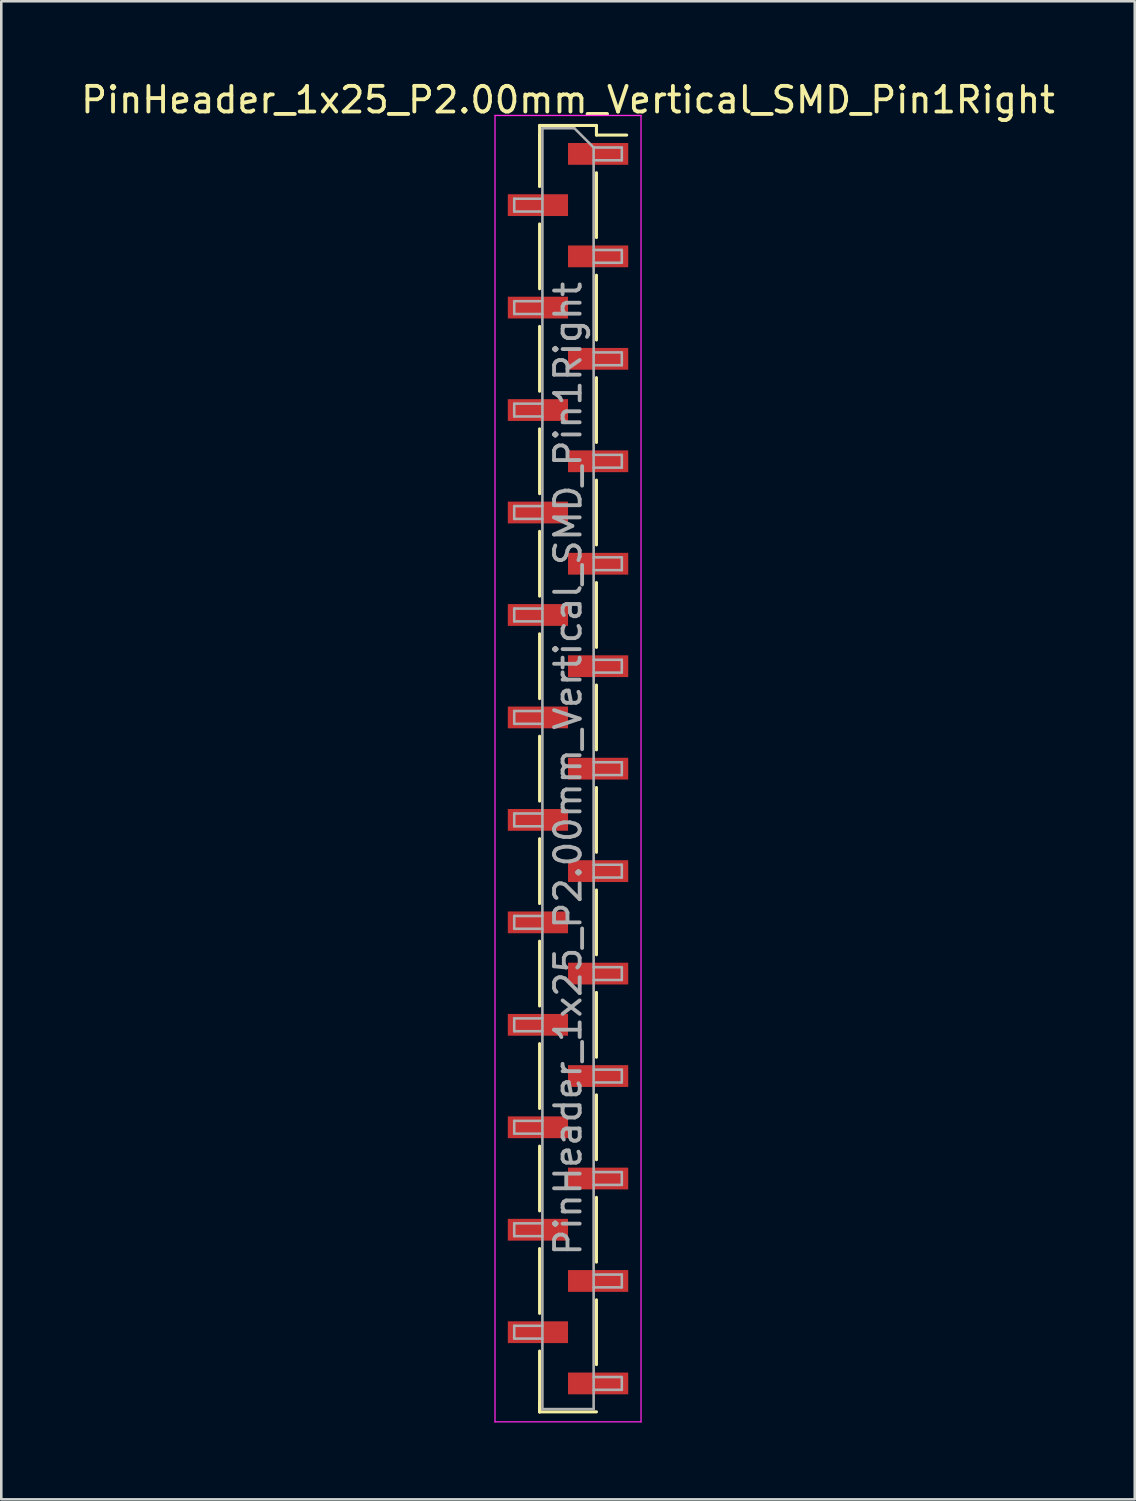
<source format=kicad_pcb>
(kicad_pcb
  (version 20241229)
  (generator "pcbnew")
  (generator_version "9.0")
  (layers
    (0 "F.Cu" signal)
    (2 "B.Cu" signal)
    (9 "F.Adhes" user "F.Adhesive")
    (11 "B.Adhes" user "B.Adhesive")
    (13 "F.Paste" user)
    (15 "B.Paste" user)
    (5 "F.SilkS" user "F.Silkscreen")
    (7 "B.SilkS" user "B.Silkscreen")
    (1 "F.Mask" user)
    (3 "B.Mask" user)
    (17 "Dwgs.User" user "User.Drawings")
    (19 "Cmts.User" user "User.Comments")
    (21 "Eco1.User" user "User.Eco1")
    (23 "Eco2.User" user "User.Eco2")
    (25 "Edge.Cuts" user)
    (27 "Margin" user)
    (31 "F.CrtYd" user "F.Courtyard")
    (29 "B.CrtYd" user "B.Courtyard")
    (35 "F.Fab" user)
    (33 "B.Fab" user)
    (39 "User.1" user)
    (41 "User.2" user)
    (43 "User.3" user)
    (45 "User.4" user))
  (footprint "PinHeader_1x25_P2.00mm_Vertical_SMD_Pin1Right"
    (layer "F.Cu")
    (at 19.125 26.958)
    (property "Reference" "PinHeader_1x25_P2.00mm_Vertical_SMD_Pin1Right" (at 0 -26.11 0) (layer "F.SilkS") (effects (font (size 1 1) (thickness 0.15))))
    (attr smd)
    (fp_line (start -1.11 -25.11) (end -1.11 -22.735) (stroke (width 0.12) (type solid)) (layer "F.SilkS"))
    (fp_line (start -1.11 -25.11) (end 1.11 -25.11) (stroke (width 0.12) (type solid)) (layer "F.SilkS"))
    (fp_line (start -1.11 -24.735) (end -1.11 -22.735) (stroke (width 0.12) (type solid)) (layer "F.SilkS"))
    (fp_line (start -1.11 -21.265) (end -1.11 -18.735) (stroke (width 0.12) (type solid)) (layer "F.SilkS"))
    (fp_line (start -1.11 -17.265) (end -1.11 -14.735) (stroke (width 0.12) (type solid)) (layer "F.SilkS"))
    (fp_line (start -1.11 -13.265) (end -1.11 -10.735) (stroke (width 0.12) (type solid)) (layer "F.SilkS"))
    (fp_line (start -1.11 -9.265) (end -1.11 -6.735) (stroke (width 0.12) (type solid)) (layer "F.SilkS"))
    (fp_line (start -1.11 -5.265) (end -1.11 -2.735) (stroke (width 0.12) (type solid)) (layer "F.SilkS"))
    (fp_line (start -1.11 -1.265) (end -1.11 1.265) (stroke (width 0.12) (type solid)) (layer "F.SilkS"))
    (fp_line (start -1.11 2.735) (end -1.11 5.265) (stroke (width 0.12) (type solid)) (layer "F.SilkS"))
    (fp_line (start -1.11 6.735) (end -1.11 9.265) (stroke (width 0.12) (type solid)) (layer "F.SilkS"))
    (fp_line (start -1.11 10.735) (end -1.11 13.265) (stroke (width 0.12) (type solid)) (layer "F.SilkS"))
    (fp_line (start -1.11 14.735) (end -1.11 17.265) (stroke (width 0.12) (type solid)) (layer "F.SilkS"))
    (fp_line (start -1.11 18.735) (end -1.11 21.265) (stroke (width 0.12) (type solid)) (layer "F.SilkS"))
    (fp_line (start -1.11 22.735) (end -1.11 25.11) (stroke (width 0.12) (type solid)) (layer "F.SilkS"))
    (fp_line (start -1.11 24.735) (end -1.11 25.11) (stroke (width 0.12) (type solid)) (layer "F.SilkS"))
    (fp_line (start -1.11 25.11) (end 1.11 25.11) (stroke (width 0.12) (type solid)) (layer "F.SilkS"))
    (fp_line (start 1.11 -25.11) (end 1.11 -24.735) (stroke (width 0.12) (type solid)) (layer "F.SilkS"))
    (fp_line (start 1.11 -24.735) (end 2.29 -24.735) (stroke (width 0.12) (type solid)) (layer "F.SilkS"))
    (fp_line (start 1.11 -23.265) (end 1.11 -20.735) (stroke (width 0.12) (type solid)) (layer "F.SilkS"))
    (fp_line (start 1.11 -19.265) (end 1.11 -16.735) (stroke (width 0.12) (type solid)) (layer "F.SilkS"))
    (fp_line (start 1.11 -15.265) (end 1.11 -12.735) (stroke (width 0.12) (type solid)) (layer "F.SilkS"))
    (fp_line (start 1.11 -11.265) (end 1.11 -8.735) (stroke (width 0.12) (type solid)) (layer "F.SilkS"))
    (fp_line (start 1.11 -7.265) (end 1.11 -4.735) (stroke (width 0.12) (type solid)) (layer "F.SilkS"))
    (fp_line (start 1.11 -3.265) (end 1.11 -0.735) (stroke (width 0.12) (type solid)) (layer "F.SilkS"))
    (fp_line (start 1.11 0.735) (end 1.11 3.265) (stroke (width 0.12) (type solid)) (layer "F.SilkS"))
    (fp_line (start 1.11 4.735) (end 1.11 7.265) (stroke (width 0.12) (type solid)) (layer "F.SilkS"))
    (fp_line (start 1.11 8.735) (end 1.11 11.265) (stroke (width 0.12) (type solid)) (layer "F.SilkS"))
    (fp_line (start 1.11 12.735) (end 1.11 15.265) (stroke (width 0.12) (type solid)) (layer "F.SilkS"))
    (fp_line (start 1.11 16.735) (end 1.11 19.265) (stroke (width 0.12) (type solid)) (layer "F.SilkS"))
    (fp_line (start 1.11 20.735) (end 1.11 23.265) (stroke (width 0.12) (type solid)) (layer "F.SilkS"))
    (fp_line (start -2.85 -25.5) (end -2.85 25.5) (stroke (width 0.05) (type solid)) (layer "F.CrtYd"))
    (fp_line (start -2.85 25.5) (end 2.85 25.5) (stroke (width 0.05) (type solid)) (layer "F.CrtYd"))
    (fp_line (start 2.85 -25.5) (end -2.85 -25.5) (stroke (width 0.05) (type solid)) (layer "F.CrtYd"))
    (fp_line (start 2.85 25.5) (end 2.85 -25.5) (stroke (width 0.05) (type solid)) (layer "F.CrtYd"))
    (fp_line (start -2.1 -22.25) (end -2.1 -21.75) (stroke (width 0.1) (type solid)) (layer "F.Fab"))
    (fp_line (start -2.1 -21.75) (end -1 -21.75) (stroke (width 0.1) (type solid)) (layer "F.Fab"))
    (fp_line (start -2.1 -18.25) (end -2.1 -17.75) (stroke (width 0.1) (type solid)) (layer "F.Fab"))
    (fp_line (start -2.1 -17.75) (end -1 -17.75) (stroke (width 0.1) (type solid)) (layer "F.Fab"))
    (fp_line (start -2.1 -14.25) (end -2.1 -13.75) (stroke (width 0.1) (type solid)) (layer "F.Fab"))
    (fp_line (start -2.1 -13.75) (end -1 -13.75) (stroke (width 0.1) (type solid)) (layer "F.Fab"))
    (fp_line (start -2.1 -10.25) (end -2.1 -9.75) (stroke (width 0.1) (type solid)) (layer "F.Fab"))
    (fp_line (start -2.1 -9.75) (end -1 -9.75) (stroke (width 0.1) (type solid)) (layer "F.Fab"))
    (fp_line (start -2.1 -6.25) (end -2.1 -5.75) (stroke (width 0.1) (type solid)) (layer "F.Fab"))
    (fp_line (start -2.1 -5.75) (end -1 -5.75) (stroke (width 0.1) (type solid)) (layer "F.Fab"))
    (fp_line (start -2.1 -2.25) (end -2.1 -1.75) (stroke (width 0.1) (type solid)) (layer "F.Fab"))
    (fp_line (start -2.1 -1.75) (end -1 -1.75) (stroke (width 0.1) (type solid)) (layer "F.Fab"))
    (fp_line (start -2.1 1.75) (end -2.1 2.25) (stroke (width 0.1) (type solid)) (layer "F.Fab"))
    (fp_line (start -2.1 2.25) (end -1 2.25) (stroke (width 0.1) (type solid)) (layer "F.Fab"))
    (fp_line (start -2.1 5.75) (end -2.1 6.25) (stroke (width 0.1) (type solid)) (layer "F.Fab"))
    (fp_line (start -2.1 6.25) (end -1 6.25) (stroke (width 0.1) (type solid)) (layer "F.Fab"))
    (fp_line (start -2.1 9.75) (end -2.1 10.25) (stroke (width 0.1) (type solid)) (layer "F.Fab"))
    (fp_line (start -2.1 10.25) (end -1 10.25) (stroke (width 0.1) (type solid)) (layer "F.Fab"))
    (fp_line (start -2.1 13.75) (end -2.1 14.25) (stroke (width 0.1) (type solid)) (layer "F.Fab"))
    (fp_line (start -2.1 14.25) (end -1 14.25) (stroke (width 0.1) (type solid)) (layer "F.Fab"))
    (fp_line (start -2.1 17.75) (end -2.1 18.25) (stroke (width 0.1) (type solid)) (layer "F.Fab"))
    (fp_line (start -2.1 18.25) (end -1 18.25) (stroke (width 0.1) (type solid)) (layer "F.Fab"))
    (fp_line (start -2.1 21.75) (end -2.1 22.25) (stroke (width 0.1) (type solid)) (layer "F.Fab"))
    (fp_line (start -2.1 22.25) (end -1 22.25) (stroke (width 0.1) (type solid)) (layer "F.Fab"))
    (fp_line (start -1 -25) (end -1 25) (stroke (width 0.1) (type solid)) (layer "F.Fab"))
    (fp_line (start -1 -25) (end 0.25 -25) (stroke (width 0.1) (type solid)) (layer "F.Fab"))
    (fp_line (start -1 -22.25) (end -2.1 -22.25) (stroke (width 0.1) (type solid)) (layer "F.Fab"))
    (fp_line (start -1 -18.25) (end -2.1 -18.25) (stroke (width 0.1) (type solid)) (layer "F.Fab"))
    (fp_line (start -1 -14.25) (end -2.1 -14.25) (stroke (width 0.1) (type solid)) (layer "F.Fab"))
    (fp_line (start -1 -10.25) (end -2.1 -10.25) (stroke (width 0.1) (type solid)) (layer "F.Fab"))
    (fp_line (start -1 -6.25) (end -2.1 -6.25) (stroke (width 0.1) (type solid)) (layer "F.Fab"))
    (fp_line (start -1 -2.25) (end -2.1 -2.25) (stroke (width 0.1) (type solid)) (layer "F.Fab"))
    (fp_line (start -1 1.75) (end -2.1 1.75) (stroke (width 0.1) (type solid)) (layer "F.Fab"))
    (fp_line (start -1 5.75) (end -2.1 5.75) (stroke (width 0.1) (type solid)) (layer "F.Fab"))
    (fp_line (start -1 9.75) (end -2.1 9.75) (stroke (width 0.1) (type solid)) (layer "F.Fab"))
    (fp_line (start -1 13.75) (end -2.1 13.75) (stroke (width 0.1) (type solid)) (layer "F.Fab"))
    (fp_line (start -1 17.75) (end -2.1 17.75) (stroke (width 0.1) (type solid)) (layer "F.Fab"))
    (fp_line (start -1 21.75) (end -2.1 21.75) (stroke (width 0.1) (type solid)) (layer "F.Fab"))
    (fp_line (start 1 -24.25) (end 0.25 -25) (stroke (width 0.1) (type solid)) (layer "F.Fab"))
    (fp_line (start 1 -24.25) (end 2.1 -24.25) (stroke (width 0.1) (type solid)) (layer "F.Fab"))
    (fp_line (start 1 -20.25) (end 2.1 -20.25) (stroke (width 0.1) (type solid)) (layer "F.Fab"))
    (fp_line (start 1 -16.25) (end 2.1 -16.25) (stroke (width 0.1) (type solid)) (layer "F.Fab"))
    (fp_line (start 1 -12.25) (end 2.1 -12.25) (stroke (width 0.1) (type solid)) (layer "F.Fab"))
    (fp_line (start 1 -8.25) (end 2.1 -8.25) (stroke (width 0.1) (type solid)) (layer "F.Fab"))
    (fp_line (start 1 -4.25) (end 2.1 -4.25) (stroke (width 0.1) (type solid)) (layer "F.Fab"))
    (fp_line (start 1 -0.25) (end 2.1 -0.25) (stroke (width 0.1) (type solid)) (layer "F.Fab"))
    (fp_line (start 1 3.75) (end 2.1 3.75) (stroke (width 0.1) (type solid)) (layer "F.Fab"))
    (fp_line (start 1 7.75) (end 2.1 7.75) (stroke (width 0.1) (type solid)) (layer "F.Fab"))
    (fp_line (start 1 11.75) (end 2.1 11.75) (stroke (width 0.1) (type solid)) (layer "F.Fab"))
    (fp_line (start 1 15.75) (end 2.1 15.75) (stroke (width 0.1) (type solid)) (layer "F.Fab"))
    (fp_line (start 1 19.75) (end 2.1 19.75) (stroke (width 0.1) (type solid)) (layer "F.Fab"))
    (fp_line (start 1 23.75) (end 2.1 23.75) (stroke (width 0.1) (type solid)) (layer "F.Fab"))
    (fp_line (start 1 25) (end -1 25) (stroke (width 0.1) (type solid)) (layer "F.Fab"))
    (fp_line (start 1 25) (end 1 -24.25) (stroke (width 0.1) (type solid)) (layer "F.Fab"))
    (fp_line (start 2.1 -24.25) (end 2.1 -23.75) (stroke (width 0.1) (type solid)) (layer "F.Fab"))
    (fp_line (start 2.1 -23.75) (end 1 -23.75) (stroke (width 0.1) (type solid)) (layer "F.Fab"))
    (fp_line (start 2.1 -20.25) (end 2.1 -19.75) (stroke (width 0.1) (type solid)) (layer "F.Fab"))
    (fp_line (start 2.1 -19.75) (end 1 -19.75) (stroke (width 0.1) (type solid)) (layer "F.Fab"))
    (fp_line (start 2.1 -16.25) (end 2.1 -15.75) (stroke (width 0.1) (type solid)) (layer "F.Fab"))
    (fp_line (start 2.1 -15.75) (end 1 -15.75) (stroke (width 0.1) (type solid)) (layer "F.Fab"))
    (fp_line (start 2.1 -12.25) (end 2.1 -11.75) (stroke (width 0.1) (type solid)) (layer "F.Fab"))
    (fp_line (start 2.1 -11.75) (end 1 -11.75) (stroke (width 0.1) (type solid)) (layer "F.Fab"))
    (fp_line (start 2.1 -8.25) (end 2.1 -7.75) (stroke (width 0.1) (type solid)) (layer "F.Fab"))
    (fp_line (start 2.1 -7.75) (end 1 -7.75) (stroke (width 0.1) (type solid)) (layer "F.Fab"))
    (fp_line (start 2.1 -4.25) (end 2.1 -3.75) (stroke (width 0.1) (type solid)) (layer "F.Fab"))
    (fp_line (start 2.1 -3.75) (end 1 -3.75) (stroke (width 0.1) (type solid)) (layer "F.Fab"))
    (fp_line (start 2.1 -0.25) (end 2.1 0.25) (stroke (width 0.1) (type solid)) (layer "F.Fab"))
    (fp_line (start 2.1 0.25) (end 1 0.25) (stroke (width 0.1) (type solid)) (layer "F.Fab"))
    (fp_line (start 2.1 3.75) (end 2.1 4.25) (stroke (width 0.1) (type solid)) (layer "F.Fab"))
    (fp_line (start 2.1 4.25) (end 1 4.25) (stroke (width 0.1) (type solid)) (layer "F.Fab"))
    (fp_line (start 2.1 7.75) (end 2.1 8.25) (stroke (width 0.1) (type solid)) (layer "F.Fab"))
    (fp_line (start 2.1 8.25) (end 1 8.25) (stroke (width 0.1) (type solid)) (layer "F.Fab"))
    (fp_line (start 2.1 11.75) (end 2.1 12.25) (stroke (width 0.1) (type solid)) (layer "F.Fab"))
    (fp_line (start 2.1 12.25) (end 1 12.25) (stroke (width 0.1) (type solid)) (layer "F.Fab"))
    (fp_line (start 2.1 15.75) (end 2.1 16.25) (stroke (width 0.1) (type solid)) (layer "F.Fab"))
    (fp_line (start 2.1 16.25) (end 1 16.25) (stroke (width 0.1) (type solid)) (layer "F.Fab"))
    (fp_line (start 2.1 19.75) (end 2.1 20.25) (stroke (width 0.1) (type solid)) (layer "F.Fab"))
    (fp_line (start 2.1 20.25) (end 1 20.25) (stroke (width 0.1) (type solid)) (layer "F.Fab"))
    (fp_line (start 2.1 23.75) (end 2.1 24.25) (stroke (width 0.1) (type solid)) (layer "F.Fab"))
    (fp_line (start 2.1 24.25) (end 1 24.25) (stroke (width 0.1) (type solid)) (layer "F.Fab"))
    (fp_text user "${REFERENCE}" (at 0 0 90) (layer "F.Fab") (effects (font (size 1 1) (thickness 0.15))))
    (pad "1" smd rect (at 1.175 -24) (size 2.35 0.85) (layers "F.Cu" "F.Mask" "F.Paste"))
    (pad "2" smd rect (at -1.175 -22) (size 2.35 0.85) (layers "F.Cu" "F.Mask" "F.Paste"))
    (pad "3" smd rect (at 1.175 -20) (size 2.35 0.85) (layers "F.Cu" "F.Mask" "F.Paste"))
    (pad "4" smd rect (at -1.175 -18) (size 2.35 0.85) (layers "F.Cu" "F.Mask" "F.Paste"))
    (pad "5" smd rect (at 1.175 -16) (size 2.35 0.85) (layers "F.Cu" "F.Mask" "F.Paste"))
    (pad "6" smd rect (at -1.175 -14) (size 2.35 0.85) (layers "F.Cu" "F.Mask" "F.Paste"))
    (pad "7" smd rect (at 1.175 -12) (size 2.35 0.85) (layers "F.Cu" "F.Mask" "F.Paste"))
    (pad "8" smd rect (at -1.175 -10) (size 2.35 0.85) (layers "F.Cu" "F.Mask" "F.Paste"))
    (pad "9" smd rect (at 1.175 -8) (size 2.35 0.85) (layers "F.Cu" "F.Mask" "F.Paste"))
    (pad "10" smd rect (at -1.175 -6) (size 2.35 0.85) (layers "F.Cu" "F.Mask" "F.Paste"))
    (pad "11" smd rect (at 1.175 -4) (size 2.35 0.85) (layers "F.Cu" "F.Mask" "F.Paste"))
    (pad "12" smd rect (at -1.175 -2) (size 2.35 0.85) (layers "F.Cu" "F.Mask" "F.Paste"))
    (pad "13" smd rect (at 1.175 0) (size 2.35 0.85) (layers "F.Cu" "F.Mask" "F.Paste"))
    (pad "14" smd rect (at -1.175 2) (size 2.35 0.85) (layers "F.Cu" "F.Mask" "F.Paste"))
    (pad "15" smd rect (at 1.175 4) (size 2.35 0.85) (layers "F.Cu" "F.Mask" "F.Paste"))
    (pad "16" smd rect (at -1.175 6) (size 2.35 0.85) (layers "F.Cu" "F.Mask" "F.Paste"))
    (pad "17" smd rect (at 1.175 8) (size 2.35 0.85) (layers "F.Cu" "F.Mask" "F.Paste"))
    (pad "18" smd rect (at -1.175 10) (size 2.35 0.85) (layers "F.Cu" "F.Mask" "F.Paste"))
    (pad "19" smd rect (at 1.175 12) (size 2.35 0.85) (layers "F.Cu" "F.Mask" "F.Paste"))
    (pad "20" smd rect (at -1.175 14) (size 2.35 0.85) (layers "F.Cu" "F.Mask" "F.Paste"))
    (pad "21" smd rect (at 1.175 16) (size 2.35 0.85) (layers "F.Cu" "F.Mask" "F.Paste"))
    (pad "22" smd rect (at -1.175 18) (size 2.35 0.85) (layers "F.Cu" "F.Mask" "F.Paste"))
    (pad "23" smd rect (at 1.175 20) (size 2.35 0.85) (layers "F.Cu" "F.Mask" "F.Paste"))
    (pad "24" smd rect (at -1.175 22) (size 2.35 0.85) (layers "F.Cu" "F.Mask" "F.Paste"))
    (pad "25" smd rect (at 1.175 24) (size 2.35 0.85) (layers "F.Cu" "F.Mask" "F.Paste")))
  (gr_rect
    (start -3 -3)
    (end 41.25 55.483)
    (stroke (width 0.1) (type default))
    (fill no)
    (layer "Edge.Cuts")))
</source>
